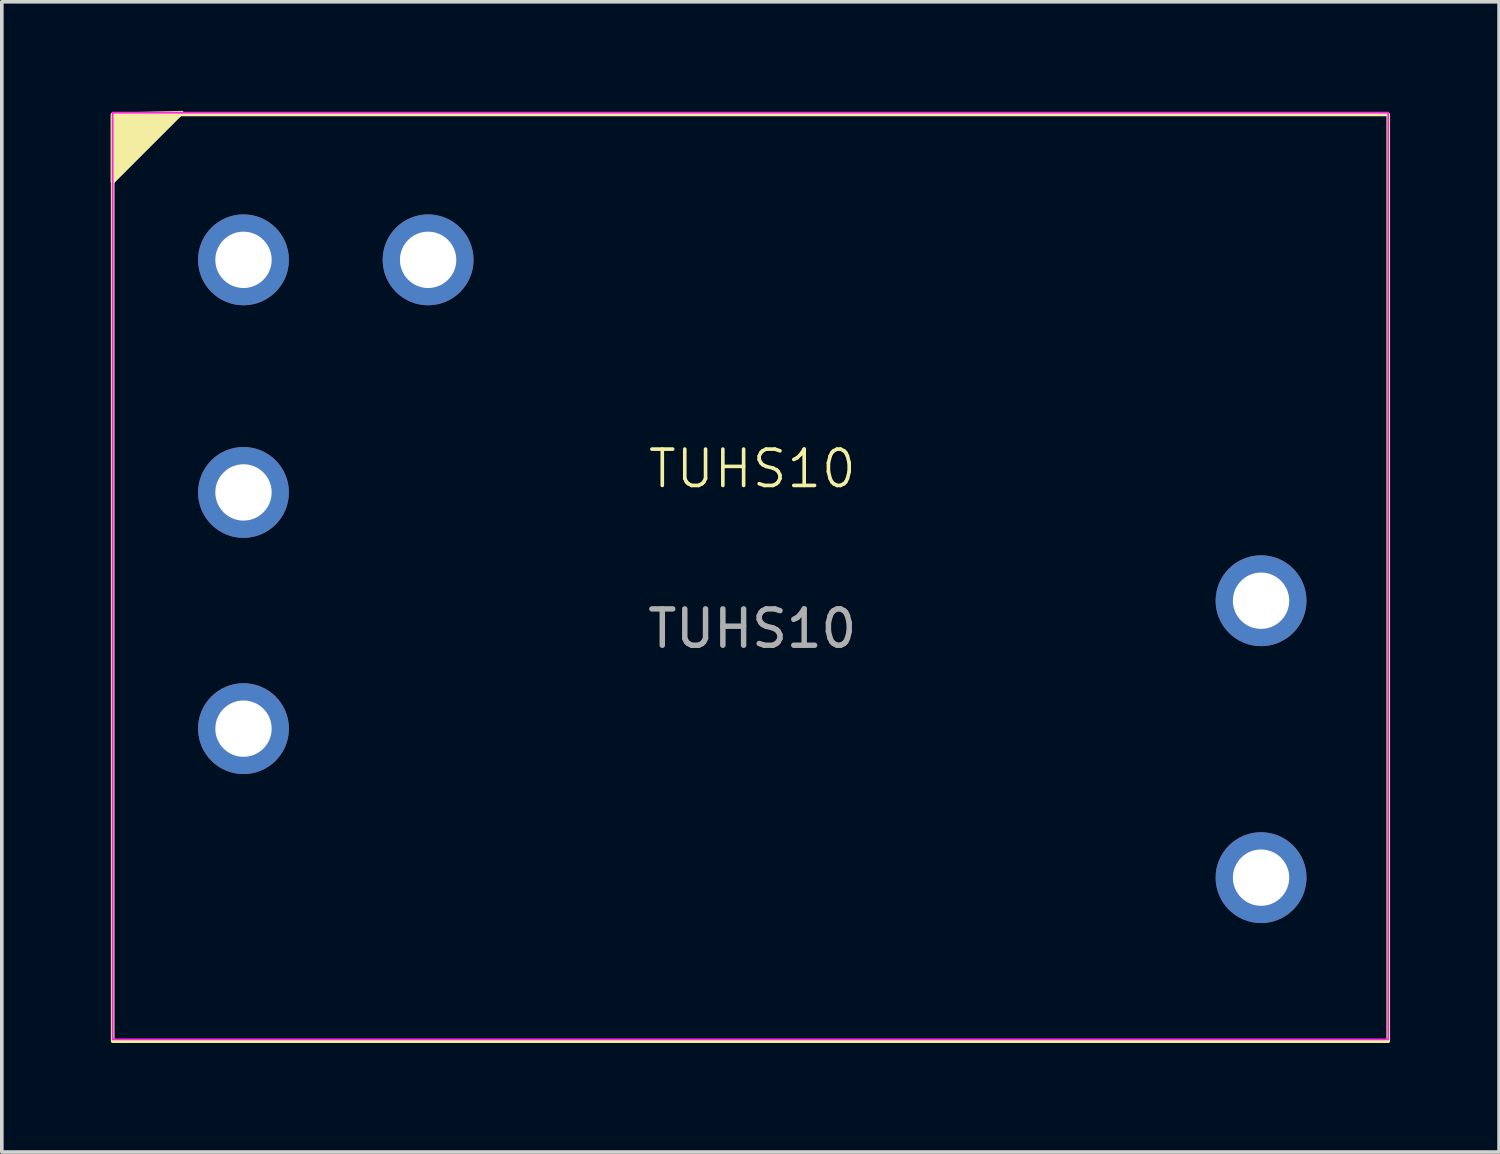
<source format=kicad_pcb>
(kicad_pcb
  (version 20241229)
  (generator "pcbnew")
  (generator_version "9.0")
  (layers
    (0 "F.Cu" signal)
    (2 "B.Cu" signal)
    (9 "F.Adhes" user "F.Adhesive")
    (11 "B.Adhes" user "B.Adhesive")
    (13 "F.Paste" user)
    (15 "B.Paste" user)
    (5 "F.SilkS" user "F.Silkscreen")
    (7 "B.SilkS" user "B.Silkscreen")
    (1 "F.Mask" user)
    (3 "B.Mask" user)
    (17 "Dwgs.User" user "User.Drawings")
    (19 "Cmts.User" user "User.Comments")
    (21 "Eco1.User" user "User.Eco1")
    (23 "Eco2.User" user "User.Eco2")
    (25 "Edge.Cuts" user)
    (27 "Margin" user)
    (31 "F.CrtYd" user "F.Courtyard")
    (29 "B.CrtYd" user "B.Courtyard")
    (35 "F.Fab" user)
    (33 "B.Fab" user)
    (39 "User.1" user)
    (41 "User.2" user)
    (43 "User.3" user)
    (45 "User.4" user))
  (footprint "TUHS10"
    (layer "F.Cu")
    (at 17.65 12.15)
    (property "Reference" "TUHS10" (at 0 -2.3 0) (unlocked yes) (layer "F.SilkS") (effects (font (size 1 1) (thickness 0.1))))
    (attr through_hole)
    (fp_line (start -17.6 -12.05) (end -17.6 -10.2) (stroke (width 0.1) (type default)) (layer "F.SilkS"))
    (fp_line (start -17.6 -10.2) (end -15.7 -12.1) (stroke (width 0.1) (type default)) (layer "F.SilkS"))
    (fp_rect (start -17.6 -12.05) (end 17.5 13.45) (stroke (width 0.1) (type default)) (fill no) (layer "F.SilkS"))
    (fp_poly (pts (xy -17.6 -12.05) (xy -15.7 -12.1) (xy -17.6 -10.2)) (stroke (width 0.1) (type solid)) (fill yes) (layer "F.SilkS"))
    (fp_poly (pts (xy -17.6 -12.1) (xy 17.5 -12.1) (xy 17.5 13.4) (xy -17.6 13.4)) (stroke (width 0.05) (type solid)) (fill no) (layer "F.CrtYd"))
    (fp_text user "${REFERENCE}" (at 0 2.1 0) (unlocked yes) (layer "F.Fab") (effects (font (size 1 1) (thickness 0.15))))
    (pad "1" thru_hole circle (at -14 -8.05) (size 2.5 2.5) (drill 1.55) (layers "*.Cu" "*.Mask"))
    (pad "2" thru_hole circle (at -14 -1.65) (size 2.5 2.5) (drill 1.55) (layers "*.Cu" "*.Mask"))
    (pad "3" thru_hole circle (at -14 4.85) (size 2.5 2.5) (drill 1.55) (layers "*.Cu" "*.Mask"))
    (pad "4" thru_hole circle (at 14 8.95) (size 2.5 2.5) (drill 1.55) (layers "*.Cu" "*.Mask"))
    (pad "5" thru_hole circle (at 14 1.33) (size 2.5 2.5) (drill 1.55) (layers "*.Cu" "*.Mask"))
    (pad "6" thru_hole circle (at -8.92 -8.05) (size 2.5 2.5) (drill 1.55) (layers "*.Cu" "*.Mask")))
  (gr_rect
    (start -3 -3)
    (end 38.2 28.65)
    (stroke (width 0.1) (type default))
    (fill no)
    (layer "Edge.Cuts")))
</source>
